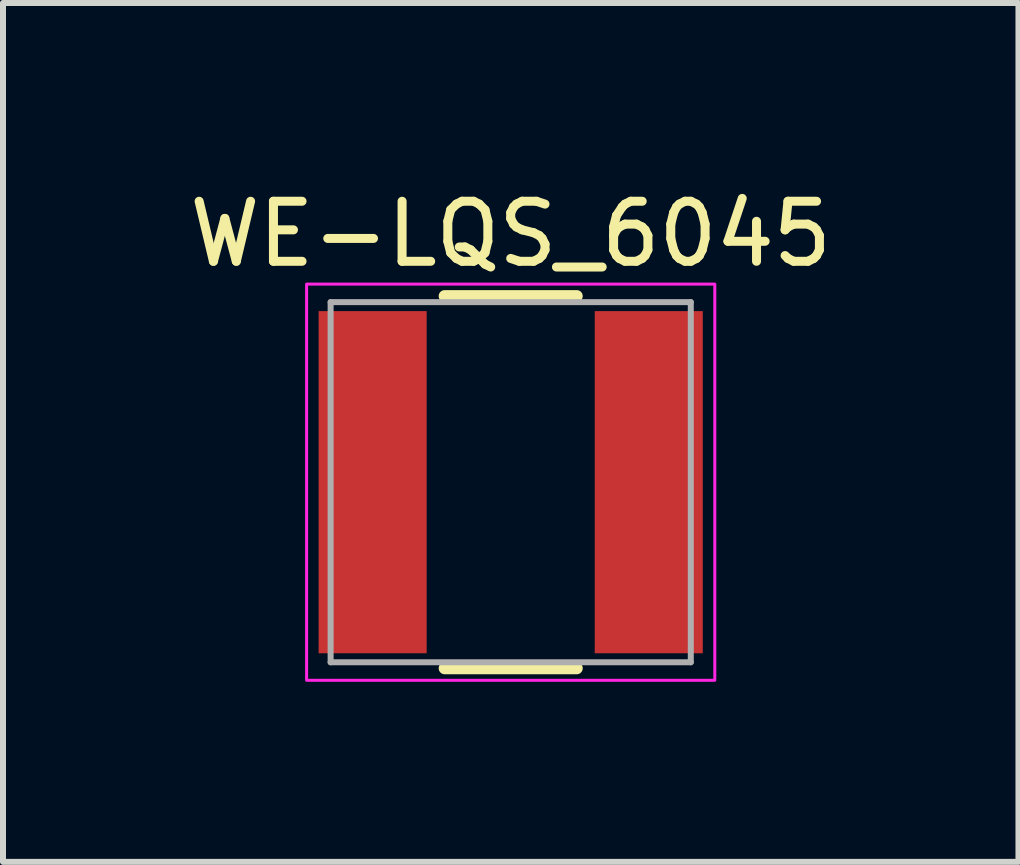
<source format=kicad_pcb>
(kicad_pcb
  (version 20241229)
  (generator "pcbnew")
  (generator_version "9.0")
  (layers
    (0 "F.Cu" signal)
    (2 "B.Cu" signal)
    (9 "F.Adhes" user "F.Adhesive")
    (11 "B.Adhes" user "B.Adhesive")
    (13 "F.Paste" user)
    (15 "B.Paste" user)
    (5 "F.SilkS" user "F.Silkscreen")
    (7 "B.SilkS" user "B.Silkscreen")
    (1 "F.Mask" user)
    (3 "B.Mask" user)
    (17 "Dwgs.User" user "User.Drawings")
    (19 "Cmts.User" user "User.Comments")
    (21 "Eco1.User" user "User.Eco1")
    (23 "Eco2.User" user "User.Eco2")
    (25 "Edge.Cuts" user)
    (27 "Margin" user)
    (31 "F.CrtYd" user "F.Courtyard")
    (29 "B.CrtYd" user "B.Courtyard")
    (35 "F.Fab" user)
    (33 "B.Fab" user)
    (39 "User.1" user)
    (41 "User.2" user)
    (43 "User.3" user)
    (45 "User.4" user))
  (footprint "WE-LQS_6045"
    (layer "F.Cu")
    (at 5.458 4.983)
    (property "Reference" "WE-LQS_6045" (at 0 -4.135 0) (layer "F.SilkS") (effects (font (size 1 1) (thickness 0.15))))
    (attr smd)
    (fp_line (start 1.1 -3.1) (end -1.1 -3.1) (stroke (width 0.2) (type solid)) (layer "F.SilkS"))
    (fp_line (start 1.1 3.1) (end -1.1 3.1) (stroke (width 0.2) (type solid)) (layer "F.SilkS"))
    (fp_rect (start -3.4 -3.3) (end 3.4 3.3) (stroke (width 0.05) (type solid)) (fill no) (layer "F.CrtYd"))
    (fp_line (start -3 3) (end -3 -3) (stroke (width 0.1) (type solid)) (layer "F.Fab"))
    (fp_line (start 3 -3) (end -3 -3) (stroke (width 0.1) (type solid)) (layer "F.Fab"))
    (fp_line (start 3 3) (end -3 3) (stroke (width 0.1) (type solid)) (layer "F.Fab"))
    (fp_line (start 3 3) (end 3 -3) (stroke (width 0.1) (type solid)) (layer "F.Fab"))
    (pad "1" smd rect (at 2.3 0) (size 1.8 5.7) (layers "F.Cu" "F.Mask" "F.Paste"))
    (pad "2" smd rect (at -2.3 0) (size 1.8 5.7) (layers "F.Cu" "F.Mask" "F.Paste")))
  (gr_rect
    (start -3 -3)
    (end 13.917 11.308)
    (stroke (width 0.1) (type default))
    (fill no)
    (layer "Edge.Cuts")))
</source>
